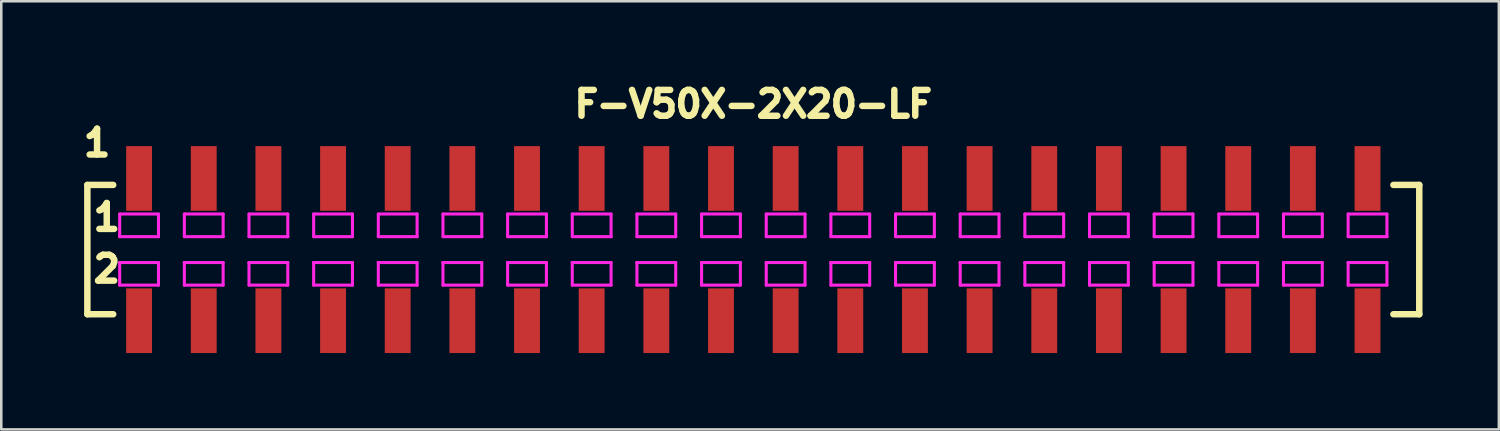
<source format=kicad_pcb>
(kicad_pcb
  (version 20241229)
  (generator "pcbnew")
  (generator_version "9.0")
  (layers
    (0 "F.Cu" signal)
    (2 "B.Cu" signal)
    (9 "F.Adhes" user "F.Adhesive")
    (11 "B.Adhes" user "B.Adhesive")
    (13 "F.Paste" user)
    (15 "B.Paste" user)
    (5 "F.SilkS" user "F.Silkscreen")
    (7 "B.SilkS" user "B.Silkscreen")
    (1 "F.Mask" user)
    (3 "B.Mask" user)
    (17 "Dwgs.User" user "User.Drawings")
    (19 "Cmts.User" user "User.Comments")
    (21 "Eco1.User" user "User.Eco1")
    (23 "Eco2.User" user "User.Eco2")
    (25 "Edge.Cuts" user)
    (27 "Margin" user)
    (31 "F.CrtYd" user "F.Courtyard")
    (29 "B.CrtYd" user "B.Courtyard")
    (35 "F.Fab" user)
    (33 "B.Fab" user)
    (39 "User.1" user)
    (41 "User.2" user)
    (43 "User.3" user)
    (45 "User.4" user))
  (footprint "F-V50X-2X20-LF"
    (layer "F.Cu")
    (at 26.544 6.755)
    (property "Reference" "F-V50X-2X20-LF" (at 0 -5.715 0) (layer "F.SilkS") (effects (font (size 1.016 1.016) (thickness 0.254))))
    (attr smd)
    (fp_line (start -26.162 -2.54) (end -26.162 2.54) (stroke (width 0.254) (type solid)) (layer "F.SilkS"))
    (fp_line (start -26.162 -2.54) (end -25.146 -2.54) (stroke (width 0.254) (type solid)) (layer "F.SilkS"))
    (fp_line (start -26.162 2.54) (end -25.146 2.54) (stroke (width 0.254) (type solid)) (layer "F.SilkS"))
    (fp_line (start 26.162 -2.54) (end 25.146 -2.54) (stroke (width 0.254) (type solid)) (layer "F.SilkS"))
    (fp_line (start 26.162 2.54) (end 25.146 2.54) (stroke (width 0.254) (type solid)) (layer "F.SilkS"))
    (fp_line (start 26.162 2.54) (end 26.162 -2.54) (stroke (width 0.254) (type solid)) (layer "F.SilkS"))
    (fp_line (start -24.892 -1.397) (end -24.892 -0.508) (stroke (width 0.12) (type solid)) (layer "F.CrtYd"))
    (fp_line (start -24.892 -1.397) (end -23.368 -1.397) (stroke (width 0.12) (type solid)) (layer "F.CrtYd"))
    (fp_line (start -24.892 -0.508) (end -23.368 -0.508) (stroke (width 0.12) (type solid)) (layer "F.CrtYd"))
    (fp_line (start -24.892 0.508) (end -24.892 0.508) (stroke (width 0.12) (type solid)) (layer "F.CrtYd"))
    (fp_line (start -24.892 0.508) (end -24.892 1.397) (stroke (width 0.12) (type solid)) (layer "F.CrtYd"))
    (fp_line (start -23.368 -0.508) (end -23.368 -1.397) (stroke (width 0.12) (type solid)) (layer "F.CrtYd"))
    (fp_line (start -23.368 -0.508) (end -23.368 -0.508) (stroke (width 0.12) (type solid)) (layer "F.CrtYd"))
    (fp_line (start -23.368 0.508) (end -24.892 0.508) (stroke (width 0.12) (type solid)) (layer "F.CrtYd"))
    (fp_line (start -23.368 1.397) (end -24.892 1.397) (stroke (width 0.12) (type solid)) (layer "F.CrtYd"))
    (fp_line (start -23.368 1.397) (end -23.368 0.508) (stroke (width 0.12) (type solid)) (layer "F.CrtYd"))
    (fp_line (start -22.352 -1.397) (end -22.352 -0.508) (stroke (width 0.12) (type solid)) (layer "F.CrtYd"))
    (fp_line (start -22.352 -1.397) (end -20.828 -1.397) (stroke (width 0.12) (type solid)) (layer "F.CrtYd"))
    (fp_line (start -22.352 -0.508) (end -20.828 -0.508) (stroke (width 0.12) (type solid)) (layer "F.CrtYd"))
    (fp_line (start -22.352 0.508) (end -22.352 0.508) (stroke (width 0.12) (type solid)) (layer "F.CrtYd"))
    (fp_line (start -22.352 0.508) (end -22.352 1.397) (stroke (width 0.12) (type solid)) (layer "F.CrtYd"))
    (fp_line (start -20.828 -0.508) (end -20.828 -1.397) (stroke (width 0.12) (type solid)) (layer "F.CrtYd"))
    (fp_line (start -20.828 -0.508) (end -20.828 -0.508) (stroke (width 0.12) (type solid)) (layer "F.CrtYd"))
    (fp_line (start -20.828 0.508) (end -22.352 0.508) (stroke (width 0.12) (type solid)) (layer "F.CrtYd"))
    (fp_line (start -20.828 1.397) (end -22.352 1.397) (stroke (width 0.12) (type solid)) (layer "F.CrtYd"))
    (fp_line (start -20.828 1.397) (end -20.828 0.508) (stroke (width 0.12) (type solid)) (layer "F.CrtYd"))
    (fp_line (start -19.812 -1.397) (end -19.812 -0.508) (stroke (width 0.12) (type solid)) (layer "F.CrtYd"))
    (fp_line (start -19.812 -1.397) (end -18.288 -1.397) (stroke (width 0.12) (type solid)) (layer "F.CrtYd"))
    (fp_line (start -19.812 -0.508) (end -18.288 -0.508) (stroke (width 0.12) (type solid)) (layer "F.CrtYd"))
    (fp_line (start -19.812 0.508) (end -19.812 0.508) (stroke (width 0.12) (type solid)) (layer "F.CrtYd"))
    (fp_line (start -19.812 0.508) (end -19.812 1.397) (stroke (width 0.12) (type solid)) (layer "F.CrtYd"))
    (fp_line (start -18.288 -0.508) (end -18.288 -1.397) (stroke (width 0.12) (type solid)) (layer "F.CrtYd"))
    (fp_line (start -18.288 -0.508) (end -18.288 -0.508) (stroke (width 0.12) (type solid)) (layer "F.CrtYd"))
    (fp_line (start -18.288 0.508) (end -19.812 0.508) (stroke (width 0.12) (type solid)) (layer "F.CrtYd"))
    (fp_line (start -18.288 1.397) (end -19.812 1.397) (stroke (width 0.12) (type solid)) (layer "F.CrtYd"))
    (fp_line (start -18.288 1.397) (end -18.288 0.508) (stroke (width 0.12) (type solid)) (layer "F.CrtYd"))
    (fp_line (start -17.272 -1.397) (end -17.272 -0.508) (stroke (width 0.12) (type solid)) (layer "F.CrtYd"))
    (fp_line (start -17.272 -1.397) (end -15.748 -1.397) (stroke (width 0.12) (type solid)) (layer "F.CrtYd"))
    (fp_line (start -17.272 -0.508) (end -15.748 -0.508) (stroke (width 0.12) (type solid)) (layer "F.CrtYd"))
    (fp_line (start -17.272 0.508) (end -17.272 0.508) (stroke (width 0.12) (type solid)) (layer "F.CrtYd"))
    (fp_line (start -17.272 0.508) (end -17.272 1.397) (stroke (width 0.12) (type solid)) (layer "F.CrtYd"))
    (fp_line (start -15.748 -0.508) (end -15.748 -1.397) (stroke (width 0.12) (type solid)) (layer "F.CrtYd"))
    (fp_line (start -15.748 -0.508) (end -15.748 -0.508) (stroke (width 0.12) (type solid)) (layer "F.CrtYd"))
    (fp_line (start -15.748 0.508) (end -17.272 0.508) (stroke (width 0.12) (type solid)) (layer "F.CrtYd"))
    (fp_line (start -15.748 1.397) (end -17.272 1.397) (stroke (width 0.12) (type solid)) (layer "F.CrtYd"))
    (fp_line (start -15.748 1.397) (end -15.748 0.508) (stroke (width 0.12) (type solid)) (layer "F.CrtYd"))
    (fp_line (start -14.732 -1.397) (end -14.732 -0.508) (stroke (width 0.12) (type solid)) (layer "F.CrtYd"))
    (fp_line (start -14.732 -1.397) (end -13.208 -1.397) (stroke (width 0.12) (type solid)) (layer "F.CrtYd"))
    (fp_line (start -14.732 -0.508) (end -13.208 -0.508) (stroke (width 0.12) (type solid)) (layer "F.CrtYd"))
    (fp_line (start -14.732 0.508) (end -14.732 0.508) (stroke (width 0.12) (type solid)) (layer "F.CrtYd"))
    (fp_line (start -14.732 0.508) (end -14.732 1.397) (stroke (width 0.12) (type solid)) (layer "F.CrtYd"))
    (fp_line (start -13.208 -0.508) (end -13.208 -1.397) (stroke (width 0.12) (type solid)) (layer "F.CrtYd"))
    (fp_line (start -13.208 -0.508) (end -13.208 -0.508) (stroke (width 0.12) (type solid)) (layer "F.CrtYd"))
    (fp_line (start -13.208 0.508) (end -14.732 0.508) (stroke (width 0.12) (type solid)) (layer "F.CrtYd"))
    (fp_line (start -13.208 1.397) (end -14.732 1.397) (stroke (width 0.12) (type solid)) (layer "F.CrtYd"))
    (fp_line (start -13.208 1.397) (end -13.208 0.508) (stroke (width 0.12) (type solid)) (layer "F.CrtYd"))
    (fp_line (start -12.192 -1.397) (end -12.192 -0.508) (stroke (width 0.12) (type solid)) (layer "F.CrtYd"))
    (fp_line (start -12.192 -1.397) (end -10.668 -1.397) (stroke (width 0.12) (type solid)) (layer "F.CrtYd"))
    (fp_line (start -12.192 -0.508) (end -10.668 -0.508) (stroke (width 0.12) (type solid)) (layer "F.CrtYd"))
    (fp_line (start -12.192 0.508) (end -12.192 0.508) (stroke (width 0.12) (type solid)) (layer "F.CrtYd"))
    (fp_line (start -12.192 0.508) (end -12.192 1.397) (stroke (width 0.12) (type solid)) (layer "F.CrtYd"))
    (fp_line (start -10.668 -0.508) (end -10.668 -1.397) (stroke (width 0.12) (type solid)) (layer "F.CrtYd"))
    (fp_line (start -10.668 -0.508) (end -10.668 -0.508) (stroke (width 0.12) (type solid)) (layer "F.CrtYd"))
    (fp_line (start -10.668 0.508) (end -12.192 0.508) (stroke (width 0.12) (type solid)) (layer "F.CrtYd"))
    (fp_line (start -10.668 1.397) (end -12.192 1.397) (stroke (width 0.12) (type solid)) (layer "F.CrtYd"))
    (fp_line (start -10.668 1.397) (end -10.668 0.508) (stroke (width 0.12) (type solid)) (layer "F.CrtYd"))
    (fp_line (start -9.652 -1.397) (end -9.652 -0.508) (stroke (width 0.12) (type solid)) (layer "F.CrtYd"))
    (fp_line (start -9.652 -1.397) (end -8.128 -1.397) (stroke (width 0.12) (type solid)) (layer "F.CrtYd"))
    (fp_line (start -9.652 -0.508) (end -8.128 -0.508) (stroke (width 0.12) (type solid)) (layer "F.CrtYd"))
    (fp_line (start -9.652 0.508) (end -9.652 0.508) (stroke (width 0.12) (type solid)) (layer "F.CrtYd"))
    (fp_line (start -9.652 0.508) (end -9.652 1.397) (stroke (width 0.12) (type solid)) (layer "F.CrtYd"))
    (fp_line (start -8.128 -0.508) (end -8.128 -1.397) (stroke (width 0.12) (type solid)) (layer "F.CrtYd"))
    (fp_line (start -8.128 -0.508) (end -8.128 -0.508) (stroke (width 0.12) (type solid)) (layer "F.CrtYd"))
    (fp_line (start -8.128 0.508) (end -9.652 0.508) (stroke (width 0.12) (type solid)) (layer "F.CrtYd"))
    (fp_line (start -8.128 1.397) (end -9.652 1.397) (stroke (width 0.12) (type solid)) (layer "F.CrtYd"))
    (fp_line (start -8.128 1.397) (end -8.128 0.508) (stroke (width 0.12) (type solid)) (layer "F.CrtYd"))
    (fp_line (start -7.112 -1.397) (end -7.112 -0.508) (stroke (width 0.12) (type solid)) (layer "F.CrtYd"))
    (fp_line (start -7.112 -1.397) (end -5.588 -1.397) (stroke (width 0.12) (type solid)) (layer "F.CrtYd"))
    (fp_line (start -7.112 -0.508) (end -5.588 -0.508) (stroke (width 0.12) (type solid)) (layer "F.CrtYd"))
    (fp_line (start -7.112 0.508) (end -7.112 0.508) (stroke (width 0.12) (type solid)) (layer "F.CrtYd"))
    (fp_line (start -7.112 0.508) (end -7.112 1.397) (stroke (width 0.12) (type solid)) (layer "F.CrtYd"))
    (fp_line (start -5.588 -0.508) (end -5.588 -1.397) (stroke (width 0.12) (type solid)) (layer "F.CrtYd"))
    (fp_line (start -5.588 -0.508) (end -5.588 -0.508) (stroke (width 0.12) (type solid)) (layer "F.CrtYd"))
    (fp_line (start -5.588 0.508) (end -7.112 0.508) (stroke (width 0.12) (type solid)) (layer "F.CrtYd"))
    (fp_line (start -5.588 1.397) (end -7.112 1.397) (stroke (width 0.12) (type solid)) (layer "F.CrtYd"))
    (fp_line (start -5.588 1.397) (end -5.588 0.508) (stroke (width 0.12) (type solid)) (layer "F.CrtYd"))
    (fp_line (start -4.572 -1.397) (end -4.572 -0.508) (stroke (width 0.12) (type solid)) (layer "F.CrtYd"))
    (fp_line (start -4.572 -1.397) (end -3.048 -1.397) (stroke (width 0.12) (type solid)) (layer "F.CrtYd"))
    (fp_line (start -4.572 -0.508) (end -3.048 -0.508) (stroke (width 0.12) (type solid)) (layer "F.CrtYd"))
    (fp_line (start -4.572 0.508) (end -4.572 0.508) (stroke (width 0.12) (type solid)) (layer "F.CrtYd"))
    (fp_line (start -4.572 0.508) (end -4.572 1.397) (stroke (width 0.12) (type solid)) (layer "F.CrtYd"))
    (fp_line (start -3.048 -0.508) (end -3.048 -1.397) (stroke (width 0.12) (type solid)) (layer "F.CrtYd"))
    (fp_line (start -3.048 -0.508) (end -3.048 -0.508) (stroke (width 0.12) (type solid)) (layer "F.CrtYd"))
    (fp_line (start -3.048 0.508) (end -4.572 0.508) (stroke (width 0.12) (type solid)) (layer "F.CrtYd"))
    (fp_line (start -3.048 1.397) (end -4.572 1.397) (stroke (width 0.12) (type solid)) (layer "F.CrtYd"))
    (fp_line (start -3.048 1.397) (end -3.048 0.508) (stroke (width 0.12) (type solid)) (layer "F.CrtYd"))
    (fp_line (start -2.032 -1.397) (end -2.032 -0.508) (stroke (width 0.12) (type solid)) (layer "F.CrtYd"))
    (fp_line (start -2.032 -1.397) (end -0.508 -1.397) (stroke (width 0.12) (type solid)) (layer "F.CrtYd"))
    (fp_line (start -2.032 -0.508) (end -0.508 -0.508) (stroke (width 0.12) (type solid)) (layer "F.CrtYd"))
    (fp_line (start -2.032 0.508) (end -2.032 0.508) (stroke (width 0.12) (type solid)) (layer "F.CrtYd"))
    (fp_line (start -2.032 0.508) (end -2.032 1.397) (stroke (width 0.12) (type solid)) (layer "F.CrtYd"))
    (fp_line (start -0.508 -0.508) (end -0.508 -1.397) (stroke (width 0.12) (type solid)) (layer "F.CrtYd"))
    (fp_line (start -0.508 -0.508) (end -0.508 -0.508) (stroke (width 0.12) (type solid)) (layer "F.CrtYd"))
    (fp_line (start -0.508 0.508) (end -2.032 0.508) (stroke (width 0.12) (type solid)) (layer "F.CrtYd"))
    (fp_line (start -0.508 1.397) (end -2.032 1.397) (stroke (width 0.12) (type solid)) (layer "F.CrtYd"))
    (fp_line (start -0.508 1.397) (end -0.508 0.508) (stroke (width 0.12) (type solid)) (layer "F.CrtYd"))
    (fp_line (start 0.508 -1.397) (end 0.508 -0.508) (stroke (width 0.12) (type solid)) (layer "F.CrtYd"))
    (fp_line (start 0.508 -1.397) (end 2.032 -1.397) (stroke (width 0.12) (type solid)) (layer "F.CrtYd"))
    (fp_line (start 0.508 -0.508) (end 2.032 -0.508) (stroke (width 0.12) (type solid)) (layer "F.CrtYd"))
    (fp_line (start 0.508 0.508) (end 0.508 0.508) (stroke (width 0.12) (type solid)) (layer "F.CrtYd"))
    (fp_line (start 0.508 0.508) (end 0.508 1.397) (stroke (width 0.12) (type solid)) (layer "F.CrtYd"))
    (fp_line (start 2.032 -0.508) (end 2.032 -1.397) (stroke (width 0.12) (type solid)) (layer "F.CrtYd"))
    (fp_line (start 2.032 -0.508) (end 2.032 -0.508) (stroke (width 0.12) (type solid)) (layer "F.CrtYd"))
    (fp_line (start 2.032 0.508) (end 0.508 0.508) (stroke (width 0.12) (type solid)) (layer "F.CrtYd"))
    (fp_line (start 2.032 1.397) (end 0.508 1.397) (stroke (width 0.12) (type solid)) (layer "F.CrtYd"))
    (fp_line (start 2.032 1.397) (end 2.032 0.508) (stroke (width 0.12) (type solid)) (layer "F.CrtYd"))
    (fp_line (start 3.048 -1.397) (end 3.048 -0.508) (stroke (width 0.12) (type solid)) (layer "F.CrtYd"))
    (fp_line (start 3.048 -1.397) (end 4.572 -1.397) (stroke (width 0.12) (type solid)) (layer "F.CrtYd"))
    (fp_line (start 3.048 -0.508) (end 4.572 -0.508) (stroke (width 0.12) (type solid)) (layer "F.CrtYd"))
    (fp_line (start 3.048 0.508) (end 3.048 0.508) (stroke (width 0.12) (type solid)) (layer "F.CrtYd"))
    (fp_line (start 3.048 0.508) (end 3.048 1.397) (stroke (width 0.12) (type solid)) (layer "F.CrtYd"))
    (fp_line (start 4.572 -0.508) (end 4.572 -1.397) (stroke (width 0.12) (type solid)) (layer "F.CrtYd"))
    (fp_line (start 4.572 -0.508) (end 4.572 -0.508) (stroke (width 0.12) (type solid)) (layer "F.CrtYd"))
    (fp_line (start 4.572 0.508) (end 3.048 0.508) (stroke (width 0.12) (type solid)) (layer "F.CrtYd"))
    (fp_line (start 4.572 1.397) (end 3.048 1.397) (stroke (width 0.12) (type solid)) (layer "F.CrtYd"))
    (fp_line (start 4.572 1.397) (end 4.572 0.508) (stroke (width 0.12) (type solid)) (layer "F.CrtYd"))
    (fp_line (start 5.588 -1.397) (end 5.588 -0.508) (stroke (width 0.12) (type solid)) (layer "F.CrtYd"))
    (fp_line (start 5.588 -1.397) (end 7.112 -1.397) (stroke (width 0.12) (type solid)) (layer "F.CrtYd"))
    (fp_line (start 5.588 -0.508) (end 7.112 -0.508) (stroke (width 0.12) (type solid)) (layer "F.CrtYd"))
    (fp_line (start 5.588 0.508) (end 5.588 0.508) (stroke (width 0.12) (type solid)) (layer "F.CrtYd"))
    (fp_line (start 5.588 0.508) (end 5.588 1.397) (stroke (width 0.12) (type solid)) (layer "F.CrtYd"))
    (fp_line (start 7.112 -0.508) (end 7.112 -1.397) (stroke (width 0.12) (type solid)) (layer "F.CrtYd"))
    (fp_line (start 7.112 -0.508) (end 7.112 -0.508) (stroke (width 0.12) (type solid)) (layer "F.CrtYd"))
    (fp_line (start 7.112 0.508) (end 5.588 0.508) (stroke (width 0.12) (type solid)) (layer "F.CrtYd"))
    (fp_line (start 7.112 1.397) (end 5.588 1.397) (stroke (width 0.12) (type solid)) (layer "F.CrtYd"))
    (fp_line (start 7.112 1.397) (end 7.112 0.508) (stroke (width 0.12) (type solid)) (layer "F.CrtYd"))
    (fp_line (start 8.128 -1.397) (end 8.128 -0.508) (stroke (width 0.12) (type solid)) (layer "F.CrtYd"))
    (fp_line (start 8.128 -1.397) (end 9.652 -1.397) (stroke (width 0.12) (type solid)) (layer "F.CrtYd"))
    (fp_line (start 8.128 -0.508) (end 9.652 -0.508) (stroke (width 0.12) (type solid)) (layer "F.CrtYd"))
    (fp_line (start 8.128 0.508) (end 8.128 0.508) (stroke (width 0.12) (type solid)) (layer "F.CrtYd"))
    (fp_line (start 8.128 0.508) (end 8.128 1.397) (stroke (width 0.12) (type solid)) (layer "F.CrtYd"))
    (fp_line (start 9.652 -0.508) (end 9.652 -1.397) (stroke (width 0.12) (type solid)) (layer "F.CrtYd"))
    (fp_line (start 9.652 -0.508) (end 9.652 -0.508) (stroke (width 0.12) (type solid)) (layer "F.CrtYd"))
    (fp_line (start 9.652 0.508) (end 8.128 0.508) (stroke (width 0.12) (type solid)) (layer "F.CrtYd"))
    (fp_line (start 9.652 1.397) (end 8.128 1.397) (stroke (width 0.12) (type solid)) (layer "F.CrtYd"))
    (fp_line (start 9.652 1.397) (end 9.652 0.508) (stroke (width 0.12) (type solid)) (layer "F.CrtYd"))
    (fp_line (start 10.668 -1.397) (end 10.668 -0.508) (stroke (width 0.12) (type solid)) (layer "F.CrtYd"))
    (fp_line (start 10.668 -1.397) (end 12.192 -1.397) (stroke (width 0.12) (type solid)) (layer "F.CrtYd"))
    (fp_line (start 10.668 -0.508) (end 12.192 -0.508) (stroke (width 0.12) (type solid)) (layer "F.CrtYd"))
    (fp_line (start 10.668 0.508) (end 10.668 0.508) (stroke (width 0.12) (type solid)) (layer "F.CrtYd"))
    (fp_line (start 10.668 0.508) (end 10.668 1.397) (stroke (width 0.12) (type solid)) (layer "F.CrtYd"))
    (fp_line (start 12.192 -0.508) (end 12.192 -1.397) (stroke (width 0.12) (type solid)) (layer "F.CrtYd"))
    (fp_line (start 12.192 -0.508) (end 12.192 -0.508) (stroke (width 0.12) (type solid)) (layer "F.CrtYd"))
    (fp_line (start 12.192 0.508) (end 10.668 0.508) (stroke (width 0.12) (type solid)) (layer "F.CrtYd"))
    (fp_line (start 12.192 1.397) (end 10.668 1.397) (stroke (width 0.12) (type solid)) (layer "F.CrtYd"))
    (fp_line (start 12.192 1.397) (end 12.192 0.508) (stroke (width 0.12) (type solid)) (layer "F.CrtYd"))
    (fp_line (start 13.208 -1.397) (end 13.208 -0.508) (stroke (width 0.12) (type solid)) (layer "F.CrtYd"))
    (fp_line (start 13.208 -1.397) (end 14.732 -1.397) (stroke (width 0.12) (type solid)) (layer "F.CrtYd"))
    (fp_line (start 13.208 -0.508) (end 14.732 -0.508) (stroke (width 0.12) (type solid)) (layer "F.CrtYd"))
    (fp_line (start 13.208 0.508) (end 13.208 0.508) (stroke (width 0.12) (type solid)) (layer "F.CrtYd"))
    (fp_line (start 13.208 0.508) (end 13.208 1.397) (stroke (width 0.12) (type solid)) (layer "F.CrtYd"))
    (fp_line (start 14.732 -0.508) (end 14.732 -1.397) (stroke (width 0.12) (type solid)) (layer "F.CrtYd"))
    (fp_line (start 14.732 -0.508) (end 14.732 -0.508) (stroke (width 0.12) (type solid)) (layer "F.CrtYd"))
    (fp_line (start 14.732 0.508) (end 13.208 0.508) (stroke (width 0.12) (type solid)) (layer "F.CrtYd"))
    (fp_line (start 14.732 1.397) (end 13.208 1.397) (stroke (width 0.12) (type solid)) (layer "F.CrtYd"))
    (fp_line (start 14.732 1.397) (end 14.732 0.508) (stroke (width 0.12) (type solid)) (layer "F.CrtYd"))
    (fp_line (start 15.748 -1.397) (end 15.748 -0.508) (stroke (width 0.12) (type solid)) (layer "F.CrtYd"))
    (fp_line (start 15.748 -1.397) (end 17.272 -1.397) (stroke (width 0.12) (type solid)) (layer "F.CrtYd"))
    (fp_line (start 15.748 -0.508) (end 17.272 -0.508) (stroke (width 0.12) (type solid)) (layer "F.CrtYd"))
    (fp_line (start 15.748 0.508) (end 15.748 0.508) (stroke (width 0.12) (type solid)) (layer "F.CrtYd"))
    (fp_line (start 15.748 0.508) (end 15.748 1.397) (stroke (width 0.12) (type solid)) (layer "F.CrtYd"))
    (fp_line (start 17.272 -0.508) (end 17.272 -1.397) (stroke (width 0.12) (type solid)) (layer "F.CrtYd"))
    (fp_line (start 17.272 -0.508) (end 17.272 -0.508) (stroke (width 0.12) (type solid)) (layer "F.CrtYd"))
    (fp_line (start 17.272 0.508) (end 15.748 0.508) (stroke (width 0.12) (type solid)) (layer "F.CrtYd"))
    (fp_line (start 17.272 1.397) (end 15.748 1.397) (stroke (width 0.12) (type solid)) (layer "F.CrtYd"))
    (fp_line (start 17.272 1.397) (end 17.272 0.508) (stroke (width 0.12) (type solid)) (layer "F.CrtYd"))
    (fp_line (start 18.288 -1.397) (end 18.288 -0.508) (stroke (width 0.12) (type solid)) (layer "F.CrtYd"))
    (fp_line (start 18.288 -1.397) (end 19.812 -1.397) (stroke (width 0.12) (type solid)) (layer "F.CrtYd"))
    (fp_line (start 18.288 -0.508) (end 19.812 -0.508) (stroke (width 0.12) (type solid)) (layer "F.CrtYd"))
    (fp_line (start 18.288 0.508) (end 18.288 0.508) (stroke (width 0.12) (type solid)) (layer "F.CrtYd"))
    (fp_line (start 18.288 0.508) (end 18.288 1.397) (stroke (width 0.12) (type solid)) (layer "F.CrtYd"))
    (fp_line (start 19.812 -0.508) (end 19.812 -1.397) (stroke (width 0.12) (type solid)) (layer "F.CrtYd"))
    (fp_line (start 19.812 -0.508) (end 19.812 -0.508) (stroke (width 0.12) (type solid)) (layer "F.CrtYd"))
    (fp_line (start 19.812 0.508) (end 18.288 0.508) (stroke (width 0.12) (type solid)) (layer "F.CrtYd"))
    (fp_line (start 19.812 1.397) (end 18.288 1.397) (stroke (width 0.12) (type solid)) (layer "F.CrtYd"))
    (fp_line (start 19.812 1.397) (end 19.812 0.508) (stroke (width 0.12) (type solid)) (layer "F.CrtYd"))
    (fp_line (start 20.828 -1.397) (end 20.828 -0.508) (stroke (width 0.12) (type solid)) (layer "F.CrtYd"))
    (fp_line (start 20.828 -1.397) (end 22.352 -1.397) (stroke (width 0.12) (type solid)) (layer "F.CrtYd"))
    (fp_line (start 20.828 -0.508) (end 22.352 -0.508) (stroke (width 0.12) (type solid)) (layer "F.CrtYd"))
    (fp_line (start 20.828 0.508) (end 20.828 0.508) (stroke (width 0.12) (type solid)) (layer "F.CrtYd"))
    (fp_line (start 20.828 0.508) (end 20.828 1.397) (stroke (width 0.12) (type solid)) (layer "F.CrtYd"))
    (fp_line (start 22.352 -0.508) (end 22.352 -1.397) (stroke (width 0.12) (type solid)) (layer "F.CrtYd"))
    (fp_line (start 22.352 -0.508) (end 22.352 -0.508) (stroke (width 0.12) (type solid)) (layer "F.CrtYd"))
    (fp_line (start 22.352 0.508) (end 20.828 0.508) (stroke (width 0.12) (type solid)) (layer "F.CrtYd"))
    (fp_line (start 22.352 1.397) (end 20.828 1.397) (stroke (width 0.12) (type solid)) (layer "F.CrtYd"))
    (fp_line (start 22.352 1.397) (end 22.352 0.508) (stroke (width 0.12) (type solid)) (layer "F.CrtYd"))
    (fp_line (start 23.368 -1.397) (end 23.368 -0.508) (stroke (width 0.12) (type solid)) (layer "F.CrtYd"))
    (fp_line (start 23.368 -1.397) (end 24.892 -1.397) (stroke (width 0.12) (type solid)) (layer "F.CrtYd"))
    (fp_line (start 23.368 -0.508) (end 24.892 -0.508) (stroke (width 0.12) (type solid)) (layer "F.CrtYd"))
    (fp_line (start 23.368 0.508) (end 23.368 0.508) (stroke (width 0.12) (type solid)) (layer "F.CrtYd"))
    (fp_line (start 23.368 0.508) (end 23.368 1.397) (stroke (width 0.12) (type solid)) (layer "F.CrtYd"))
    (fp_line (start 24.892 -0.508) (end 24.892 -1.397) (stroke (width 0.12) (type solid)) (layer "F.CrtYd"))
    (fp_line (start 24.892 -0.508) (end 24.892 -0.508) (stroke (width 0.12) (type solid)) (layer "F.CrtYd"))
    (fp_line (start 24.892 0.508) (end 23.368 0.508) (stroke (width 0.12) (type solid)) (layer "F.CrtYd"))
    (fp_line (start 24.892 1.397) (end 23.368 1.397) (stroke (width 0.12) (type solid)) (layer "F.CrtYd"))
    (fp_line (start 24.892 1.397) (end 24.892 0.508) (stroke (width 0.12) (type solid)) (layer "F.CrtYd"))
    (fp_text user "1" (at -25.4 -1.27 0) (layer "F.SilkS") (effects (font (size 1.016 1.016) (thickness 0.254))))
    (fp_text user "1" (at -25.781 -4.191 0) (layer "F.SilkS") (effects (font (size 1.016 1.016) (thickness 0.254))))
    (fp_text user "2" (at -25.4 0.762 0) (layer "F.SilkS") (effects (font (size 1.016 1.016) (thickness 0.254))))
    (pad "" smd rect (at -24.13 -2.794 90) (size 2.54 1.727) (layers "F.Paste"))
    (pad "" smd rect (at -24.13 2.794 90) (size 2.54 1.727) (layers "F.Paste"))
    (pad "" smd rect (at -21.59 -2.794 90) (size 2.54 1.727) (layers "F.Paste"))
    (pad "" smd rect (at -21.59 2.794 90) (size 2.54 1.727) (layers "F.Paste"))
    (pad "" smd rect (at -19.05 -2.794 90) (size 2.54 1.727) (layers "F.Paste"))
    (pad "" smd rect (at -19.05 2.794 90) (size 2.54 1.727) (layers "F.Paste"))
    (pad "" smd rect (at -16.51 -2.794 90) (size 2.54 1.727) (layers "F.Paste"))
    (pad "" smd rect (at -16.51 2.794 90) (size 2.54 1.727) (layers "F.Paste"))
    (pad "" smd rect (at -13.97 -2.794 90) (size 2.54 1.727) (layers "F.Paste"))
    (pad "" smd rect (at -13.97 2.794 90) (size 2.54 1.727) (layers "F.Paste"))
    (pad "" smd rect (at -11.43 -2.794 90) (size 2.54 1.727) (layers "F.Paste"))
    (pad "" smd rect (at -11.43 2.794 90) (size 2.54 1.727) (layers "F.Paste"))
    (pad "" smd rect (at -8.89 -2.794 90) (size 2.54 1.727) (layers "F.Paste"))
    (pad "" smd rect (at -8.89 2.794 90) (size 2.54 1.727) (layers "F.Paste"))
    (pad "" smd rect (at -6.35 -2.794 90) (size 2.54 1.727) (layers "F.Paste"))
    (pad "" smd rect (at -6.35 2.794 90) (size 2.54 1.727) (layers "F.Paste"))
    (pad "" smd rect (at -3.81 -2.794 90) (size 2.54 1.727) (layers "F.Paste"))
    (pad "" smd rect (at -3.81 2.794 90) (size 2.54 1.727) (layers "F.Paste"))
    (pad "" smd rect (at -1.27 -2.794 90) (size 2.54 1.727) (layers "F.Paste"))
    (pad "" smd rect (at -1.27 2.794 90) (size 2.54 1.727) (layers "F.Paste"))
    (pad "" smd rect (at 1.27 -2.794 90) (size 2.54 1.727) (layers "F.Paste"))
    (pad "" smd rect (at 1.27 2.794 90) (size 2.54 1.727) (layers "F.Paste"))
    (pad "" smd rect (at 3.81 -2.794 90) (size 2.54 1.727) (layers "F.Paste"))
    (pad "" smd rect (at 3.81 2.794 90) (size 2.54 1.727) (layers "F.Paste"))
    (pad "" smd rect (at 6.35 -2.794 90) (size 2.54 1.727) (layers "F.Paste"))
    (pad "" smd rect (at 6.35 2.794 90) (size 2.54 1.727) (layers "F.Paste"))
    (pad "" smd rect (at 8.89 -2.794 90) (size 2.54 1.727) (layers "F.Paste"))
    (pad "" smd rect (at 8.89 2.794 90) (size 2.54 1.727) (layers "F.Paste"))
    (pad "" smd rect (at 11.43 -2.794 90) (size 2.54 1.727) (layers "F.Paste"))
    (pad "" smd rect (at 11.43 2.794 90) (size 2.54 1.727) (layers "F.Paste"))
    (pad "" smd rect (at 13.97 -2.794 90) (size 2.54 1.727) (layers "F.Paste"))
    (pad "" smd rect (at 13.97 2.794 90) (size 2.54 1.727) (layers "F.Paste"))
    (pad "" smd rect (at 16.51 -2.794 90) (size 2.54 1.727) (layers "F.Paste"))
    (pad "" smd rect (at 16.51 2.794 90) (size 2.54 1.727) (layers "F.Paste"))
    (pad "" smd rect (at 19.05 -2.794 90) (size 2.54 1.727) (layers "F.Paste"))
    (pad "" smd rect (at 19.05 2.794 90) (size 2.54 1.727) (layers "F.Paste"))
    (pad "" smd rect (at 21.59 -2.794 90) (size 2.54 1.727) (layers "F.Paste"))
    (pad "" smd rect (at 21.59 2.794 90) (size 2.54 1.727) (layers "F.Paste"))
    (pad "" smd rect (at 24.13 -2.794 90) (size 2.54 1.727) (layers "F.Paste"))
    (pad "" smd rect (at 24.13 2.794 90) (size 2.54 1.727) (layers "F.Paste"))
    (pad "1" smd rect (at -24.13 -2.794 90) (size 2.54 1.016) (layers "F.Cu" "F.Mask"))
    (pad "2" smd rect (at -24.13 2.794 90) (size 2.54 1.016) (layers "F.Cu" "F.Mask"))
    (pad "3" smd rect (at -21.59 -2.794 90) (size 2.54 1.016) (layers "F.Cu" "F.Mask"))
    (pad "4" smd rect (at -21.59 2.794 90) (size 2.54 1.016) (layers "F.Cu" "F.Mask"))
    (pad "5" smd rect (at -19.05 -2.794 90) (size 2.54 1.016) (layers "F.Cu" "F.Mask"))
    (pad "6" smd rect (at -19.05 2.794 90) (size 2.54 1.016) (layers "F.Cu" "F.Mask"))
    (pad "7" smd rect (at -16.51 -2.794 90) (size 2.54 1.016) (layers "F.Cu" "F.Mask"))
    (pad "8" smd rect (at -16.51 2.794 90) (size 2.54 1.016) (layers "F.Cu" "F.Mask"))
    (pad "9" smd rect (at -13.97 -2.794 90) (size 2.54 1.016) (layers "F.Cu" "F.Mask"))
    (pad "10" smd rect (at -13.97 2.794 90) (size 2.54 1.016) (layers "F.Cu" "F.Mask"))
    (pad "11" smd rect (at -11.43 -2.794 90) (size 2.54 1.016) (layers "F.Cu" "F.Mask"))
    (pad "12" smd rect (at -11.43 2.794 90) (size 2.54 1.016) (layers "F.Cu" "F.Mask"))
    (pad "13" smd rect (at -8.89 -2.794 90) (size 2.54 1.016) (layers "F.Cu" "F.Mask"))
    (pad "14" smd rect (at -8.89 2.794 90) (size 2.54 1.016) (layers "F.Cu" "F.Mask"))
    (pad "15" smd rect (at -6.35 -2.794 90) (size 2.54 1.016) (layers "F.Cu" "F.Mask"))
    (pad "16" smd rect (at -6.35 2.794 90) (size 2.54 1.016) (layers "F.Cu" "F.Mask"))
    (pad "17" smd rect (at -3.81 -2.794 90) (size 2.54 1.016) (layers "F.Cu" "F.Mask"))
    (pad "18" smd rect (at -3.81 2.794 90) (size 2.54 1.016) (layers "F.Cu" "F.Mask"))
    (pad "19" smd rect (at -1.27 -2.794 90) (size 2.54 1.016) (layers "F.Cu" "F.Mask"))
    (pad "20" smd rect (at -1.27 2.794 90) (size 2.54 1.016) (layers "F.Cu" "F.Mask"))
    (pad "21" smd rect (at 1.27 -2.794 90) (size 2.54 1.016) (layers "F.Cu" "F.Mask"))
    (pad "22" smd rect (at 1.27 2.794 90) (size 2.54 1.016) (layers "F.Cu" "F.Mask"))
    (pad "23" smd rect (at 3.81 -2.794 90) (size 2.54 1.016) (layers "F.Cu" "F.Mask"))
    (pad "24" smd rect (at 3.81 2.794 90) (size 2.54 1.016) (layers "F.Cu" "F.Mask"))
    (pad "25" smd rect (at 6.35 -2.794 90) (size 2.54 1.016) (layers "F.Cu" "F.Mask"))
    (pad "26" smd rect (at 6.35 2.794 90) (size 2.54 1.016) (layers "F.Cu" "F.Mask"))
    (pad "27" smd rect (at 8.89 -2.794 90) (size 2.54 1.016) (layers "F.Cu" "F.Mask"))
    (pad "28" smd rect (at 8.89 2.794 90) (size 2.54 1.016) (layers "F.Cu" "F.Mask"))
    (pad "29" smd rect (at 11.43 -2.794 90) (size 2.54 1.016) (layers "F.Cu" "F.Mask"))
    (pad "30" smd rect (at 11.43 2.794 90) (size 2.54 1.016) (layers "F.Cu" "F.Mask"))
    (pad "31" smd rect (at 13.97 -2.794 90) (size 2.54 1.016) (layers "F.Cu" "F.Mask"))
    (pad "32" smd rect (at 13.97 2.794 90) (size 2.54 1.016) (layers "F.Cu" "F.Mask"))
    (pad "33" smd rect (at 16.51 -2.794 90) (size 2.54 1.016) (layers "F.Cu" "F.Mask"))
    (pad "34" smd rect (at 16.51 2.794 90) (size 2.54 1.016) (layers "F.Cu" "F.Mask"))
    (pad "35" smd rect (at 19.05 -2.794 90) (size 2.54 1.016) (layers "F.Cu" "F.Mask"))
    (pad "36" smd rect (at 19.05 2.794 90) (size 2.54 1.016) (layers "F.Cu" "F.Mask"))
    (pad "37" smd rect (at 21.59 -2.794 90) (size 2.54 1.016) (layers "F.Cu" "F.Mask"))
    (pad "38" smd rect (at 21.59 2.794 90) (size 2.54 1.016) (layers "F.Cu" "F.Mask"))
    (pad "39" smd rect (at 24.13 -2.794 90) (size 2.54 1.016) (layers "F.Cu" "F.Mask"))
    (pad "40" smd rect (at 24.13 2.794 90) (size 2.54 1.016) (layers "F.Cu" "F.Mask")))
  (gr_rect
    (start -3 -3)
    (end 55.833 13.819)
    (stroke (width 0.1) (type default))
    (fill no)
    (layer "Edge.Cuts")))
</source>
